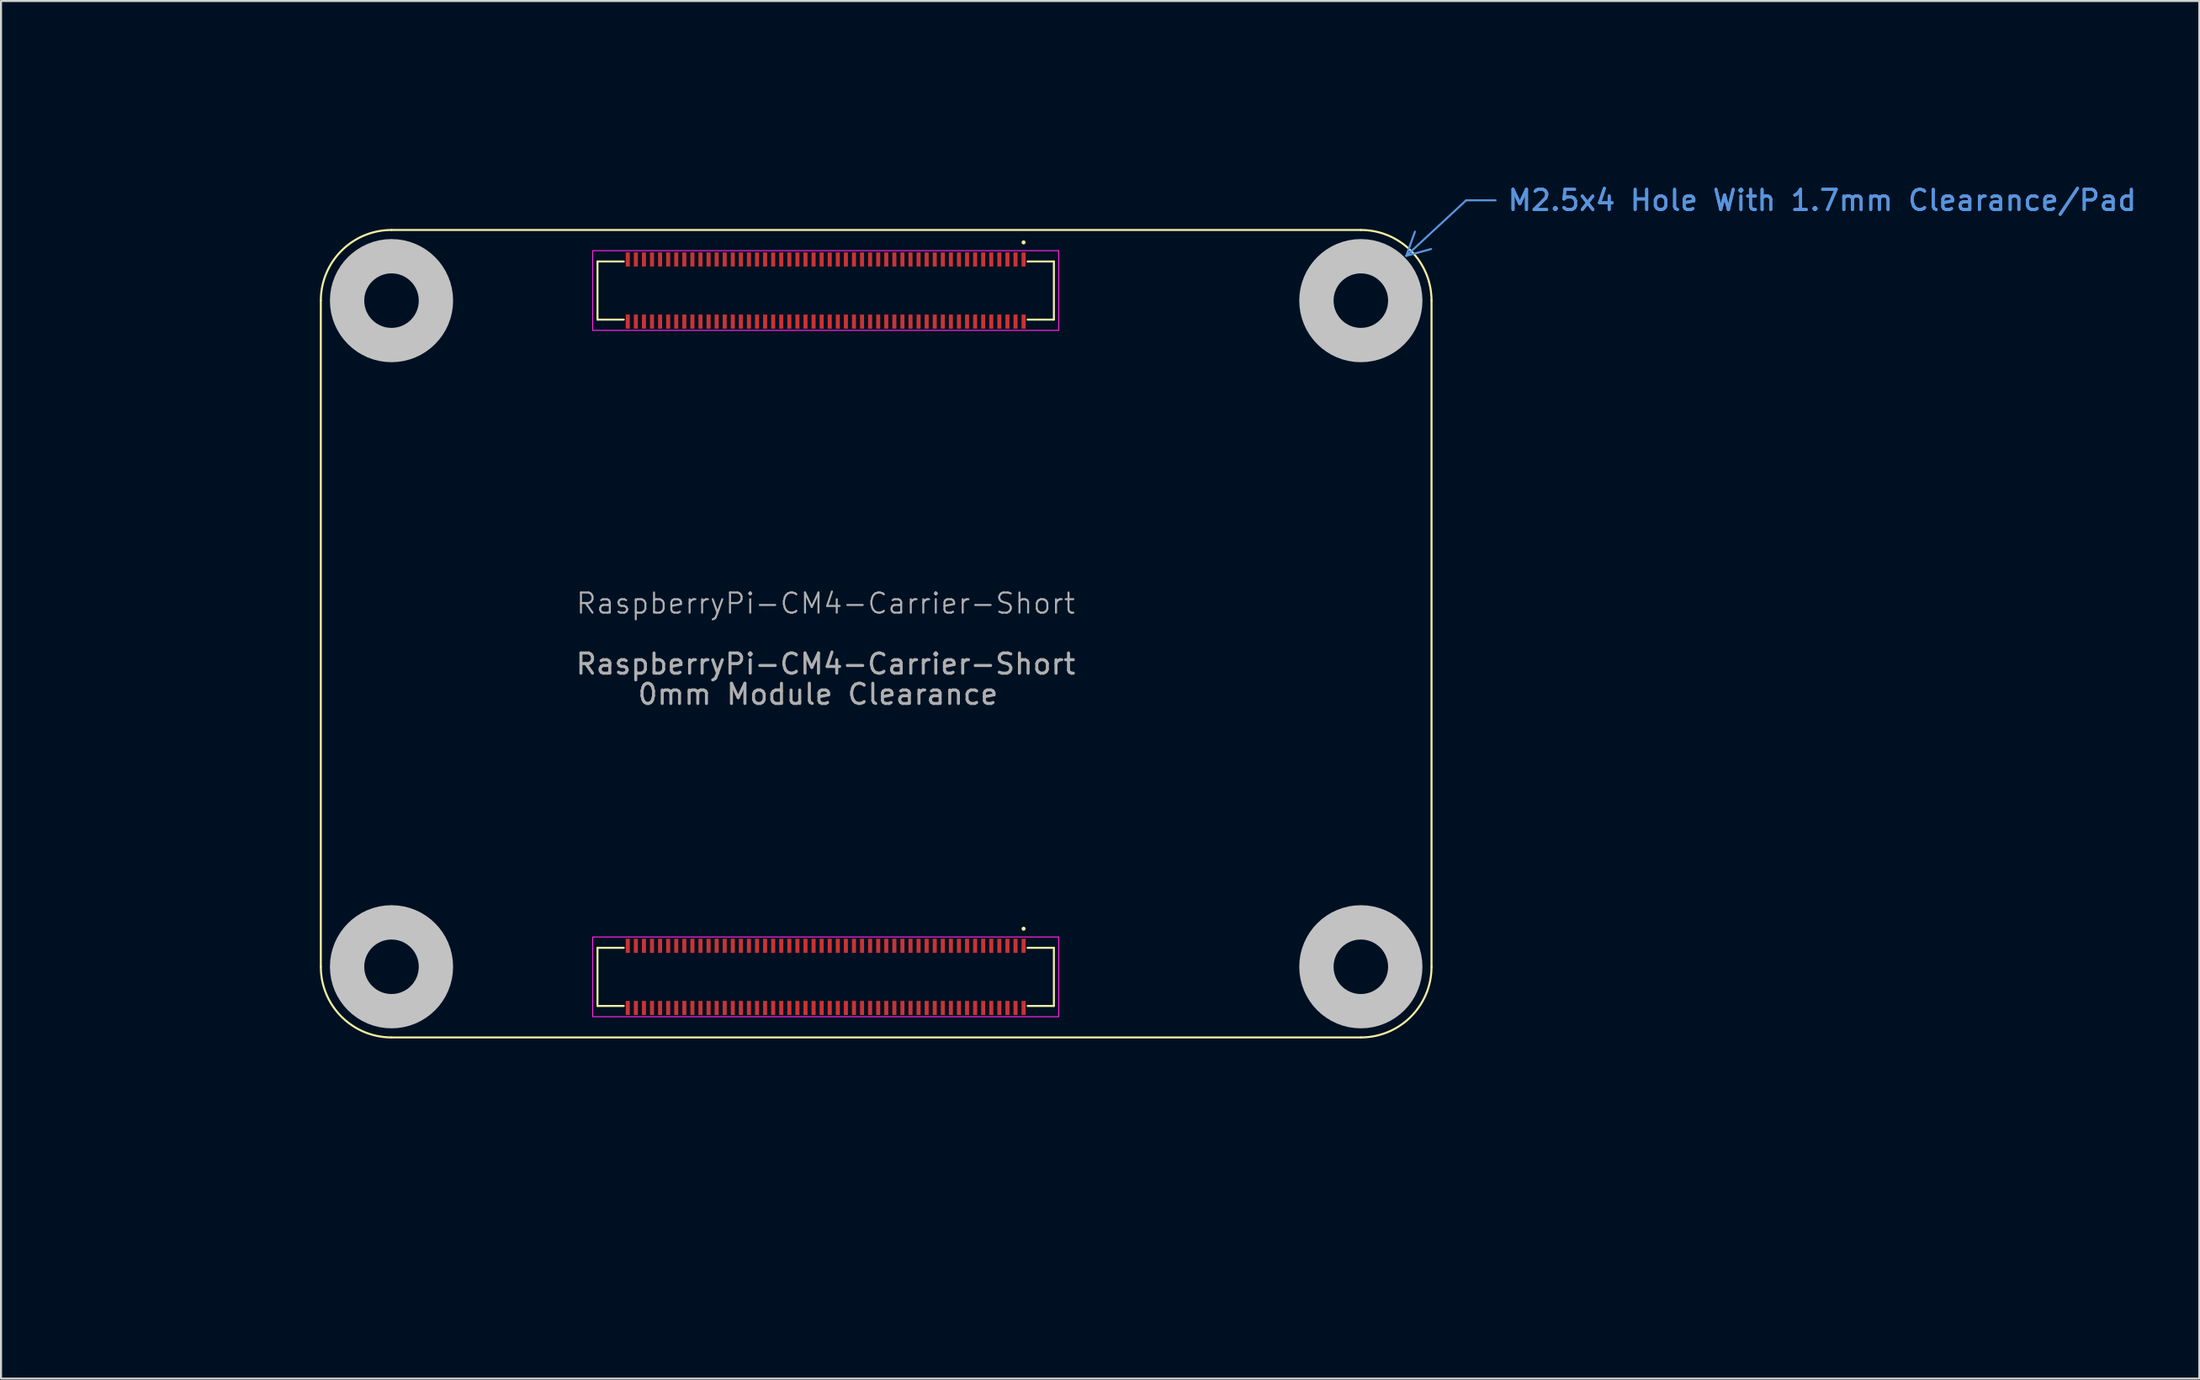
<source format=kicad_pcb>
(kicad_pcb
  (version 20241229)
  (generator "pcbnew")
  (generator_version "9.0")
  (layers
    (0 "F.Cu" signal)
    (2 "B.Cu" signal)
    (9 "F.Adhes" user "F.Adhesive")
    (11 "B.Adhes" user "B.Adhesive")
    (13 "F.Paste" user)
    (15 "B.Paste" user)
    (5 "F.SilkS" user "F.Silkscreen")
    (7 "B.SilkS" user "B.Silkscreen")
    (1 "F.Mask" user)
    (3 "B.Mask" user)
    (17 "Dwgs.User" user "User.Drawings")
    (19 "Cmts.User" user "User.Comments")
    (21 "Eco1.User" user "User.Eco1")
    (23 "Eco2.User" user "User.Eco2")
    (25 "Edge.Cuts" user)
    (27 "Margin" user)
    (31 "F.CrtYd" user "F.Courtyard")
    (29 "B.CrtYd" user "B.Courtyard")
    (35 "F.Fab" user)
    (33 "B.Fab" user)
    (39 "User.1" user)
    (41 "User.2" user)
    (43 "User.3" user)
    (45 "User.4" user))
  (footprint "RaspberryPi-CM4-Carrier-Short"
    (layer "F.Cu")
    (at 37.837 48.343)
    (property "Reference" "RaspberryPi-CM4-Carrier-Short" (at 0 -21.5 0) (unlocked yes) (layer "F.Fab") (effects (font (size 1 1) (thickness 0.1))))
    (attr smd)
    (fp_line (start -25 -3.5) (end -25 -36.5) (stroke (width 0.1) (type default)) (layer "F.SilkS"))
    (fp_line (start -21.5 -40) (end 26.5 -40) (stroke (width 0.1) (type default)) (layer "F.SilkS"))
    (fp_line (start -11.3 -38.44) (end -11.3 -35.56) (stroke (width 0.1) (type default)) (layer "F.SilkS"))
    (fp_line (start -11.3 -38.44) (end -10 -38.44) (stroke (width 0.1) (type default)) (layer "F.SilkS"))
    (fp_line (start -11.3 -35.56) (end -10 -35.56) (stroke (width 0.1) (type default)) (layer "F.SilkS"))
    (fp_line (start -11.3 -4.44) (end -11.3 -1.56) (stroke (width 0.1) (type default)) (layer "F.SilkS"))
    (fp_line (start -11.3 -4.44) (end -10 -4.44) (stroke (width 0.1) (type default)) (layer "F.SilkS"))
    (fp_line (start -11.3 -1.56) (end -10 -1.56) (stroke (width 0.1) (type default)) (layer "F.SilkS"))
    (fp_line (start 11.3 -38.44) (end 10 -38.44) (stroke (width 0.1) (type default)) (layer "F.SilkS"))
    (fp_line (start 11.3 -38.44) (end 11.3 -35.56) (stroke (width 0.1) (type default)) (layer "F.SilkS"))
    (fp_line (start 11.3 -35.56) (end 10 -35.56) (stroke (width 0.1) (type default)) (layer "F.SilkS"))
    (fp_line (start 11.3 -4.44) (end 10 -4.44) (stroke (width 0.1) (type default)) (layer "F.SilkS"))
    (fp_line (start 11.3 -4.44) (end 11.3 -1.56) (stroke (width 0.1) (type default)) (layer "F.SilkS"))
    (fp_line (start 11.3 -1.56) (end 10 -1.56) (stroke (width 0.1) (type default)) (layer "F.SilkS"))
    (fp_line (start 26.5 0) (end -21.5 0) (stroke (width 0.1) (type default)) (layer "F.SilkS"))
    (fp_line (start 30 -36.5) (end 30 -3.5) (stroke (width 0.1) (type default)) (layer "F.SilkS"))
    (fp_arc (start -25 -36.5) (mid -23.974874 -38.974874) (end -21.5 -40) (stroke (width 0.1) (type default)) (layer "F.SilkS"))
    (fp_arc (start -21.5 0) (mid -23.974874 -1.025126) (end -25 -3.5) (stroke (width 0.1) (type default)) (layer "F.SilkS"))
    (fp_arc (start 26.5 -40) (mid 28.974874 -38.974874) (end 30 -36.5) (stroke (width 0.1) (type default)) (layer "F.SilkS"))
    (fp_arc (start 30 -3.5) (mid 28.974874 -1.025126) (end 26.5 0) (stroke (width 0.1) (type default)) (layer "F.SilkS"))
    (fp_circle (center 9.8 -39.385) (end 9.9 -39.385) (stroke (width 0) (type default)) (fill yes) (layer "F.SilkS"))
    (fp_circle (center 9.8 -5.385) (end 9.9 -5.385) (stroke (width 0) (type default)) (fill yes) (layer "F.SilkS"))
    (fp_circle (center -21.5 -36.5) (end -19.3 -36.5) (stroke (width 1.7) (type default)) (fill no) (layer "Dwgs.User"))
    (fp_circle (center -21.5 -3.5) (end -19.3 -3.5) (stroke (width 1.7) (type default)) (fill no) (layer "Dwgs.User"))
    (fp_circle (center 26.5 -36.5) (end 28.7 -36.5) (stroke (width 1.7) (type default)) (fill no) (layer "Dwgs.User"))
    (fp_circle (center 26.5 -3.5) (end 28.7 -3.5) (stroke (width 1.7) (type default)) (fill no) (layer "Dwgs.User"))
    (fp_rect (start -11.54 -38.975) (end 11.54 -35.025) (stroke (width 0.05) (type solid)) (fill no) (layer "F.CrtYd"))
    (fp_rect (start -11.54 -4.975) (end 11.54 -1.025) (stroke (width 0.05) (type solid)) (fill no) (layer "F.CrtYd"))
    (fp_text user "${REFERENCE}" (at 0 -18.5 0) (unlocked yes) (layer "F.Fab") (effects (font (size 1 1) (thickness 0.15))))
    (fp_text user "0mm Module Clearance " (at 0 -17 0) (unlocked yes) (layer "F.Fab") (effects (font (size 1 1) (thickness 0.15))))
    (dimension (type leader) (layer "Cmts.User") (pts (xy 66.222 9.963) (xy 69.552 6.873)) (format (prefix "") (suffix "") (units 0) (units_format 0) (precision 4) (override_value "M2.5x4 Hole With 1.7mm Clearance/Pad")) (style (thickness 0.1) (arrow_length 1.27) (text_position_mode 0) (text_frame 0) (extension_offset 0.5)) (gr_text "M2.5x4 Hole With 1.7mm Clearance/Pad" (at 87.182 6.873 0) (layer "Cmts.User") (effects (font (size 1 1) (thickness 0.15)))))
    (dimension (type leader) (layer "User.2") (pts (xy 13.863 47.318) (xy 10.267 50.988)) (format (prefix "") (suffix "") (units 0) (units_format 0) (precision 4) (override_value "3.5x4")) (style (thickness 0.1) (arrow_length 1.27) (text_position_mode 0) (text_frame 0) (extension_offset 0.5)) (gr_text "3.5x4" (at 3.977 50.988 0) (layer "User.2") (effects (font (size 1 1) (thickness 0.15)))))
    (dimension (type orthogonal) (layer "User.2") (pts (xy 12.837 48.343) (xy 16.337 48.343)) (height 3) (orientation 0) (format (prefix "") (suffix "") (units 3) (units_format 0) (precision 4) (suppress_zeroes yes)) (style (thickness 0.1) (arrow_length 1.27) (text_position_mode 0) (arrow_direction outward) (extension_height 0.586) (extension_offset 0.5) (keep_text_aligned yes)) (gr_text "3.5" (at 14.587 50.193 0) (layer "User.2") (effects (font (size 1 1) (thickness 0.15)))))
    (dimension (type orthogonal) (layer "User.2") (pts (xy 49.377 45.343) (xy 49.377 48.343)) (height 3.04) (orientation 1) (format (prefix "") (suffix "") (units 3) (units_format 0) (precision 4) (suppress_zeroes yes)) (style (thickness 0.1) (arrow_length 1.27) (text_position_mode 0) (arrow_direction outward) (extension_height 0.586) (extension_offset 0.5) (keep_text_aligned yes)) (gr_text "3" (at 51.267 46.843 90) (layer "User.2") (effects (font (size 1 1) (thickness 0.15)))))
    (dimension (type orthogonal) (layer "User.2") (pts (xy 12.837 48.343) (xy 12.837 44.843)) (height -2.515) (orientation 1) (format (prefix "") (suffix "") (units 3) (units_format 0) (precision 4) (suppress_zeroes yes)) (style (thickness 0.1) (arrow_length 1.27) (text_position_mode 0) (arrow_direction outward) (extension_height 0.586) (extension_offset 0.5) (keep_text_aligned yes)) (gr_text "3.5" (at 9.172 46.593 90) (layer "User.2") (effects (font (size 1 1) (thickness 0.15)))))
    (dimension (type orthogonal) (layer "User.2") (pts (xy 12.837 48.343) (xy 47.637 48.343)) (height 6.335) (orientation 0) (format (prefix "") (suffix "") (units 3) (units_format 0) (precision 4) (suppress_zeroes yes)) (style (thickness 0.1) (arrow_length 1.27) (text_position_mode 0) (arrow_direction outward) (extension_height 0.586) (extension_offset 0.5) (keep_text_aligned yes)) (gr_text "34.8" (at 30.237 53.528 0) (layer "User.2") (effects (font (size 1 1) (thickness 0.15)))))
    (dimension (type orthogonal) (layer "User.2") (pts (xy 12.837 48.343) (xy 67.837 48.343)) (height 13.265) (orientation 0) (format (prefix "") (suffix "") (units 3) (units_format 0) (precision 4) (suppress_zeroes yes)) (style (thickness 0.1) (arrow_length 1.27) (text_position_mode 0) (arrow_direction outward) (extension_height 0.586) (extension_offset 0.5) (keep_text_aligned yes)) (gr_text "55" (at 40.337 60.458 0) (layer "User.2") (effects (font (size 1 1) (thickness 0.15)))))
    (dimension (type orthogonal) (layer "User.2") (pts (xy 49.377 11.343) (xy 49.377 8.343)) (height 2.575) (orientation 1) (format (prefix "") (suffix "") (units 3) (units_format 0) (precision 4) (suppress_zeroes yes)) (style (thickness 0.1) (arrow_length 1.27) (text_position_mode 0) (arrow_direction outward) (extension_height 0.586) (extension_offset 0.5) (keep_text_aligned yes)) (gr_text "3" (at 50.802 9.843 90) (layer "User.2") (effects (font (size 1 1) (thickness 0.15)))))
    (dimension (type orthogonal) (layer "User.2") (pts (xy 12.837 48.343) (xy 64.337 48.343)) (height 10.02) (orientation 0) (format (prefix "") (suffix "") (units 3) (units_format 0) (precision 4) (suppress_zeroes yes)) (style (thickness 0.1) (arrow_length 1.27) (text_position_mode 0) (arrow_direction outward) (extension_height 0.586) (extension_offset 0.5) (keep_text_aligned yes)) (gr_text "51.5" (at 38.587 57.213 0) (layer "User.2") (effects (font (size 1 1) (thickness 0.15)))))
    (dimension (type orthogonal) (layer "User.2") (pts (xy 47.637 8.343) (xy 12.837 8.343)) (height -6.345) (orientation 0) (format (prefix "") (suffix "") (units 3) (units_format 0) (precision 4) (suppress_zeroes yes)) (style (thickness 0.1) (arrow_length 1.27) (text_position_mode 0) (arrow_direction outward) (extension_height 0.586) (extension_offset 0.5) (keep_text_aligned yes)) (gr_text "34.8" (at 30.237 0.848 0) (layer "User.2") (effects (font (size 1 1) (thickness 0.15)))))
    (dimension (type orthogonal) (layer "User.2") (pts (xy 12.837 48.343) (xy 12.837 11.843)) (height -6.265) (orientation 1) (format (prefix "") (suffix "") (units 3) (units_format 0) (precision 4) (suppress_zeroes yes)) (style (thickness 0.1) (arrow_length 1.27) (text_position_mode 0) (arrow_direction outward) (extension_height 0.586) (extension_offset 0.5) (keep_text_aligned yes)) (gr_text "36.5" (at 5.422 30.093 90) (layer "User.2") (effects (font (size 1 1) (thickness 0.15)))))
    (dimension (type orthogonal) (layer "User.2") (pts (xy 12.837 48.343) (xy 12.837 8.343)) (height -10.61) (orientation 1) (format (prefix "") (suffix "") (units 3) (units_format 0) (precision 4) (suppress_zeroes yes)) (style (thickness 0.1) (arrow_length 1.27) (text_position_mode 0) (arrow_direction outward) (extension_height 0.586) (extension_offset 0.5) (keep_text_aligned yes)) (gr_text "40" (at 1.077 28.343 90) (layer "User.2") (effects (font (size 1 1) (thickness 0.15)))))
    (pad "1" smd rect (at 9.8 -38.54) (size 0.2 0.7) (layers "F.Cu" "F.Mask" "F.Paste"))
    (pad "2" smd rect (at 9.8 -35.46) (size 0.2 0.7) (layers "F.Cu" "F.Mask" "F.Paste"))
    (pad "3" smd rect (at 9.4 -38.54) (size 0.2 0.7) (layers "F.Cu" "F.Mask" "F.Paste"))
    (pad "4" smd rect (at 9.4 -35.46) (size 0.2 0.7) (layers "F.Cu" "F.Mask" "F.Paste"))
    (pad "5" smd rect (at 9 -38.54) (size 0.2 0.7) (layers "F.Cu" "F.Mask" "F.Paste"))
    (pad "6" smd rect (at 9 -35.46) (size 0.2 0.7) (layers "F.Cu" "F.Mask" "F.Paste"))
    (pad "7" smd rect (at 8.6 -38.54) (size 0.2 0.7) (layers "F.Cu" "F.Mask" "F.Paste"))
    (pad "8" smd rect (at 8.6 -35.46) (size 0.2 0.7) (layers "F.Cu" "F.Mask" "F.Paste"))
    (pad "9" smd rect (at 8.2 -38.54) (size 0.2 0.7) (layers "F.Cu" "F.Mask" "F.Paste"))
    (pad "10" smd rect (at 8.2 -35.46) (size 0.2 0.7) (layers "F.Cu" "F.Mask" "F.Paste"))
    (pad "11" smd rect (at 7.8 -38.54) (size 0.2 0.7) (layers "F.Cu" "F.Mask" "F.Paste"))
    (pad "12" smd rect (at 7.8 -35.46) (size 0.2 0.7) (layers "F.Cu" "F.Mask" "F.Paste"))
    (pad "13" smd rect (at 7.4 -38.54) (size 0.2 0.7) (layers "F.Cu" "F.Mask" "F.Paste"))
    (pad "14" smd rect (at 7.4 -35.46) (size 0.2 0.7) (layers "F.Cu" "F.Mask" "F.Paste"))
    (pad "15" smd rect (at 7 -38.54) (size 0.2 0.7) (layers "F.Cu" "F.Mask" "F.Paste"))
    (pad "16" smd rect (at 7 -35.46) (size 0.2 0.7) (layers "F.Cu" "F.Mask" "F.Paste"))
    (pad "17" smd rect (at 6.6 -38.54) (size 0.2 0.7) (layers "F.Cu" "F.Mask" "F.Paste"))
    (pad "18" smd rect (at 6.6 -35.46) (size 0.2 0.7) (layers "F.Cu" "F.Mask" "F.Paste"))
    (pad "19" smd rect (at 6.2 -38.54) (size 0.2 0.7) (layers "F.Cu" "F.Mask" "F.Paste"))
    (pad "20" smd rect (at 6.2 -35.46) (size 0.2 0.7) (layers "F.Cu" "F.Mask" "F.Paste"))
    (pad "21" smd rect (at 5.8 -38.54) (size 0.2 0.7) (layers "F.Cu" "F.Mask" "F.Paste"))
    (pad "22" smd rect (at 5.8 -35.46) (size 0.2 0.7) (layers "F.Cu" "F.Mask" "F.Paste"))
    (pad "23" smd rect (at 5.4 -38.54) (size 0.2 0.7) (layers "F.Cu" "F.Mask" "F.Paste"))
    (pad "24" smd rect (at 5.4 -35.46) (size 0.2 0.7) (layers "F.Cu" "F.Mask" "F.Paste"))
    (pad "25" smd rect (at 5 -38.54) (size 0.2 0.7) (layers "F.Cu" "F.Mask" "F.Paste"))
    (pad "26" smd rect (at 5 -35.46) (size 0.2 0.7) (layers "F.Cu" "F.Mask" "F.Paste"))
    (pad "27" smd rect (at 4.6 -38.54) (size 0.2 0.7) (layers "F.Cu" "F.Mask" "F.Paste"))
    (pad "28" smd rect (at 4.6 -35.46) (size 0.2 0.7) (layers "F.Cu" "F.Mask" "F.Paste"))
    (pad "29" smd rect (at 4.2 -38.54) (size 0.2 0.7) (layers "F.Cu" "F.Mask" "F.Paste"))
    (pad "30" smd rect (at 4.2 -35.46) (size 0.2 0.7) (layers "F.Cu" "F.Mask" "F.Paste"))
    (pad "31" smd rect (at 3.8 -38.54) (size 0.2 0.7) (layers "F.Cu" "F.Mask" "F.Paste"))
    (pad "32" smd rect (at 3.8 -35.46) (size 0.2 0.7) (layers "F.Cu" "F.Mask" "F.Paste"))
    (pad "33" smd rect (at 3.4 -38.54) (size 0.2 0.7) (layers "F.Cu" "F.Mask" "F.Paste"))
    (pad "34" smd rect (at 3.4 -35.46) (size 0.2 0.7) (layers "F.Cu" "F.Mask" "F.Paste"))
    (pad "35" smd rect (at 3 -38.54) (size 0.2 0.7) (layers "F.Cu" "F.Mask" "F.Paste"))
    (pad "36" smd rect (at 3 -35.46) (size 0.2 0.7) (layers "F.Cu" "F.Mask" "F.Paste"))
    (pad "37" smd rect (at 2.6 -38.54) (size 0.2 0.7) (layers "F.Cu" "F.Mask" "F.Paste"))
    (pad "38" smd rect (at 2.6 -35.46) (size 0.2 0.7) (layers "F.Cu" "F.Mask" "F.Paste"))
    (pad "39" smd rect (at 2.2 -38.54) (size 0.2 0.7) (layers "F.Cu" "F.Mask" "F.Paste"))
    (pad "40" smd rect (at 2.2 -35.46) (size 0.2 0.7) (layers "F.Cu" "F.Mask" "F.Paste"))
    (pad "41" smd rect (at 1.8 -38.54) (size 0.2 0.7) (layers "F.Cu" "F.Mask" "F.Paste"))
    (pad "42" smd rect (at 1.8 -35.46) (size 0.2 0.7) (layers "F.Cu" "F.Mask" "F.Paste"))
    (pad "43" smd rect (at 1.4 -38.54) (size 0.2 0.7) (layers "F.Cu" "F.Mask" "F.Paste"))
    (pad "44" smd rect (at 1.4 -35.46) (size 0.2 0.7) (layers "F.Cu" "F.Mask" "F.Paste"))
    (pad "45" smd rect (at 1 -38.54) (size 0.2 0.7) (layers "F.Cu" "F.Mask" "F.Paste"))
    (pad "46" smd rect (at 1 -35.46) (size 0.2 0.7) (layers "F.Cu" "F.Mask" "F.Paste"))
    (pad "47" smd rect (at 0.6 -38.54) (size 0.2 0.7) (layers "F.Cu" "F.Mask" "F.Paste"))
    (pad "48" smd rect (at 0.6 -35.46) (size 0.2 0.7) (layers "F.Cu" "F.Mask" "F.Paste"))
    (pad "49" smd rect (at 0.2 -38.54) (size 0.2 0.7) (layers "F.Cu" "F.Mask" "F.Paste"))
    (pad "50" smd rect (at 0.2 -35.46) (size 0.2 0.7) (layers "F.Cu" "F.Mask" "F.Paste"))
    (pad "51" smd rect (at -0.2 -38.54) (size 0.2 0.7) (layers "F.Cu" "F.Mask" "F.Paste"))
    (pad "52" smd rect (at -0.2 -35.46) (size 0.2 0.7) (layers "F.Cu" "F.Mask" "F.Paste"))
    (pad "53" smd rect (at -0.6 -38.54) (size 0.2 0.7) (layers "F.Cu" "F.Mask" "F.Paste"))
    (pad "54" smd rect (at -0.6 -35.46) (size 0.2 0.7) (layers "F.Cu" "F.Mask" "F.Paste"))
    (pad "55" smd rect (at -1 -38.54) (size 0.2 0.7) (layers "F.Cu" "F.Mask" "F.Paste"))
    (pad "56" smd rect (at -1 -35.46) (size 0.2 0.7) (layers "F.Cu" "F.Mask" "F.Paste"))
    (pad "57" smd rect (at -1.4 -38.54) (size 0.2 0.7) (layers "F.Cu" "F.Mask" "F.Paste"))
    (pad "58" smd rect (at -1.4 -35.46) (size 0.2 0.7) (layers "F.Cu" "F.Mask" "F.Paste"))
    (pad "59" smd rect (at -1.8 -38.54) (size 0.2 0.7) (layers "F.Cu" "F.Mask" "F.Paste"))
    (pad "60" smd rect (at -1.8 -35.46) (size 0.2 0.7) (layers "F.Cu" "F.Mask" "F.Paste"))
    (pad "61" smd rect (at -2.2 -38.54) (size 0.2 0.7) (layers "F.Cu" "F.Mask" "F.Paste"))
    (pad "62" smd rect (at -2.2 -35.46) (size 0.2 0.7) (layers "F.Cu" "F.Mask" "F.Paste"))
    (pad "63" smd rect (at -2.6 -38.54) (size 0.2 0.7) (layers "F.Cu" "F.Mask" "F.Paste"))
    (pad "64" smd rect (at -2.6 -35.46) (size 0.2 0.7) (layers "F.Cu" "F.Mask" "F.Paste"))
    (pad "65" smd rect (at -3 -38.54) (size 0.2 0.7) (layers "F.Cu" "F.Mask" "F.Paste"))
    (pad "66" smd rect (at -3 -35.46) (size 0.2 0.7) (layers "F.Cu" "F.Mask" "F.Paste"))
    (pad "67" smd rect (at -3.4 -38.54) (size 0.2 0.7) (layers "F.Cu" "F.Mask" "F.Paste"))
    (pad "68" smd rect (at -3.4 -35.46) (size 0.2 0.7) (layers "F.Cu" "F.Mask" "F.Paste"))
    (pad "69" smd rect (at -3.8 -38.54) (size 0.2 0.7) (layers "F.Cu" "F.Mask" "F.Paste"))
    (pad "70" smd rect (at -3.8 -35.46) (size 0.2 0.7) (layers "F.Cu" "F.Mask" "F.Paste"))
    (pad "71" smd rect (at -4.2 -38.54) (size 0.2 0.7) (layers "F.Cu" "F.Mask" "F.Paste"))
    (pad "72" smd rect (at -4.2 -35.46) (size 0.2 0.7) (layers "F.Cu" "F.Mask" "F.Paste"))
    (pad "73" smd rect (at -4.6 -38.54) (size 0.2 0.7) (layers "F.Cu" "F.Mask" "F.Paste"))
    (pad "74" smd rect (at -4.6 -35.46) (size 0.2 0.7) (layers "F.Cu" "F.Mask" "F.Paste"))
    (pad "75" smd rect (at -5 -38.54) (size 0.2 0.7) (layers "F.Cu" "F.Mask" "F.Paste"))
    (pad "76" smd rect (at -5 -35.46) (size 0.2 0.7) (layers "F.Cu" "F.Mask" "F.Paste"))
    (pad "77" smd rect (at -5.4 -38.54) (size 0.2 0.7) (layers "F.Cu" "F.Mask" "F.Paste"))
    (pad "78" smd rect (at -5.4 -35.46) (size 0.2 0.7) (layers "F.Cu" "F.Mask" "F.Paste"))
    (pad "79" smd rect (at -5.8 -38.54) (size 0.2 0.7) (layers "F.Cu" "F.Mask" "F.Paste"))
    (pad "80" smd rect (at -5.8 -35.46) (size 0.2 0.7) (layers "F.Cu" "F.Mask" "F.Paste"))
    (pad "81" smd rect (at -6.2 -38.54) (size 0.2 0.7) (layers "F.Cu" "F.Mask" "F.Paste"))
    (pad "82" smd rect (at -6.2 -35.46) (size 0.2 0.7) (layers "F.Cu" "F.Mask" "F.Paste"))
    (pad "83" smd rect (at -6.6 -38.54) (size 0.2 0.7) (layers "F.Cu" "F.Mask" "F.Paste"))
    (pad "84" smd rect (at -6.6 -35.46) (size 0.2 0.7) (layers "F.Cu" "F.Mask" "F.Paste"))
    (pad "85" smd rect (at -7 -38.54) (size 0.2 0.7) (layers "F.Cu" "F.Mask" "F.Paste"))
    (pad "86" smd rect (at -7 -35.46) (size 0.2 0.7) (layers "F.Cu" "F.Mask" "F.Paste"))
    (pad "87" smd rect (at -7.4 -38.54) (size 0.2 0.7) (layers "F.Cu" "F.Mask" "F.Paste"))
    (pad "88" smd rect (at -7.4 -35.46) (size 0.2 0.7) (layers "F.Cu" "F.Mask" "F.Paste"))
    (pad "89" smd rect (at -7.8 -38.54) (size 0.2 0.7) (layers "F.Cu" "F.Mask" "F.Paste"))
    (pad "90" smd rect (at -7.8 -35.46) (size 0.2 0.7) (layers "F.Cu" "F.Mask" "F.Paste"))
    (pad "91" smd rect (at -8.2 -38.54) (size 0.2 0.7) (layers "F.Cu" "F.Mask" "F.Paste"))
    (pad "92" smd rect (at -8.2 -35.46) (size 0.2 0.7) (layers "F.Cu" "F.Mask" "F.Paste"))
    (pad "93" smd rect (at -8.6 -38.54) (size 0.2 0.7) (layers "F.Cu" "F.Mask" "F.Paste"))
    (pad "94" smd rect (at -8.6 -35.46) (size 0.2 0.7) (layers "F.Cu" "F.Mask" "F.Paste"))
    (pad "95" smd rect (at -9 -38.54) (size 0.2 0.7) (layers "F.Cu" "F.Mask" "F.Paste"))
    (pad "96" smd rect (at -9 -35.46) (size 0.2 0.7) (layers "F.Cu" "F.Mask" "F.Paste"))
    (pad "97" smd rect (at -9.4 -38.54) (size 0.2 0.7) (layers "F.Cu" "F.Mask" "F.Paste"))
    (pad "98" smd rect (at -9.4 -35.46) (size 0.2 0.7) (layers "F.Cu" "F.Mask" "F.Paste"))
    (pad "99" smd rect (at -9.8 -38.54) (size 0.2 0.7) (layers "F.Cu" "F.Mask" "F.Paste"))
    (pad "100" smd rect (at -9.8 -35.46) (size 0.2 0.7) (layers "F.Cu" "F.Mask" "F.Paste"))
    (pad "101" smd rect (at 9.8 -4.54) (size 0.2 0.7) (layers "F.Cu" "F.Mask" "F.Paste"))
    (pad "102" smd rect (at 9.8 -1.46) (size 0.2 0.7) (layers "F.Cu" "F.Mask" "F.Paste"))
    (pad "103" smd rect (at 9.4 -4.54) (size 0.2 0.7) (layers "F.Cu" "F.Mask" "F.Paste"))
    (pad "104" smd rect (at 9.4 -1.46) (size 0.2 0.7) (layers "F.Cu" "F.Mask" "F.Paste"))
    (pad "105" smd rect (at 9 -4.54) (size 0.2 0.7) (layers "F.Cu" "F.Mask" "F.Paste"))
    (pad "106" smd rect (at 9 -1.46) (size 0.2 0.7) (layers "F.Cu" "F.Mask" "F.Paste"))
    (pad "107" smd rect (at 8.6 -4.54) (size 0.2 0.7) (layers "F.Cu" "F.Mask" "F.Paste"))
    (pad "108" smd rect (at 8.6 -1.46) (size 0.2 0.7) (layers "F.Cu" "F.Mask" "F.Paste"))
    (pad "109" smd rect (at 8.2 -4.54) (size 0.2 0.7) (layers "F.Cu" "F.Mask" "F.Paste"))
    (pad "110" smd rect (at 8.2 -1.46) (size 0.2 0.7) (layers "F.Cu" "F.Mask" "F.Paste"))
    (pad "111" smd rect (at 7.8 -4.54) (size 0.2 0.7) (layers "F.Cu" "F.Mask" "F.Paste"))
    (pad "112" smd rect (at 7.8 -1.46) (size 0.2 0.7) (layers "F.Cu" "F.Mask" "F.Paste"))
    (pad "113" smd rect (at 7.4 -4.54) (size 0.2 0.7) (layers "F.Cu" "F.Mask" "F.Paste"))
    (pad "114" smd rect (at 7.4 -1.46) (size 0.2 0.7) (layers "F.Cu" "F.Mask" "F.Paste"))
    (pad "115" smd rect (at 7 -4.54) (size 0.2 0.7) (layers "F.Cu" "F.Mask" "F.Paste"))
    (pad "116" smd rect (at 7 -1.46) (size 0.2 0.7) (layers "F.Cu" "F.Mask" "F.Paste"))
    (pad "117" smd rect (at 6.6 -4.54) (size 0.2 0.7) (layers "F.Cu" "F.Mask" "F.Paste"))
    (pad "118" smd rect (at 6.6 -1.46) (size 0.2 0.7) (layers "F.Cu" "F.Mask" "F.Paste"))
    (pad "119" smd rect (at 6.2 -4.54) (size 0.2 0.7) (layers "F.Cu" "F.Mask" "F.Paste"))
    (pad "120" smd rect (at 6.2 -1.46) (size 0.2 0.7) (layers "F.Cu" "F.Mask" "F.Paste"))
    (pad "121" smd rect (at 5.8 -4.54) (size 0.2 0.7) (layers "F.Cu" "F.Mask" "F.Paste"))
    (pad "122" smd rect (at 5.8 -1.46) (size 0.2 0.7) (layers "F.Cu" "F.Mask" "F.Paste"))
    (pad "123" smd rect (at 5.4 -4.54) (size 0.2 0.7) (layers "F.Cu" "F.Mask" "F.Paste"))
    (pad "124" smd rect (at 5.4 -1.46) (size 0.2 0.7) (layers "F.Cu" "F.Mask" "F.Paste"))
    (pad "125" smd rect (at 5 -4.54) (size 0.2 0.7) (layers "F.Cu" "F.Mask" "F.Paste"))
    (pad "126" smd rect (at 5 -1.46) (size 0.2 0.7) (layers "F.Cu" "F.Mask" "F.Paste"))
    (pad "127" smd rect (at 4.6 -4.54) (size 0.2 0.7) (layers "F.Cu" "F.Mask" "F.Paste"))
    (pad "128" smd rect (at 4.6 -1.46) (size 0.2 0.7) (layers "F.Cu" "F.Mask" "F.Paste"))
    (pad "129" smd rect (at 4.2 -4.54) (size 0.2 0.7) (layers "F.Cu" "F.Mask" "F.Paste"))
    (pad "130" smd rect (at 4.2 -1.46) (size 0.2 0.7) (layers "F.Cu" "F.Mask" "F.Paste"))
    (pad "131" smd rect (at 3.8 -4.54) (size 0.2 0.7) (layers "F.Cu" "F.Mask" "F.Paste"))
    (pad "132" smd rect (at 3.8 -1.46) (size 0.2 0.7) (layers "F.Cu" "F.Mask" "F.Paste"))
    (pad "133" smd rect (at 3.4 -4.54) (size 0.2 0.7) (layers "F.Cu" "F.Mask" "F.Paste"))
    (pad "134" smd rect (at 3.4 -1.46) (size 0.2 0.7) (layers "F.Cu" "F.Mask" "F.Paste"))
    (pad "135" smd rect (at 3 -4.54) (size 0.2 0.7) (layers "F.Cu" "F.Mask" "F.Paste"))
    (pad "136" smd rect (at 3 -1.46) (size 0.2 0.7) (layers "F.Cu" "F.Mask" "F.Paste"))
    (pad "137" smd rect (at 2.6 -4.54) (size 0.2 0.7) (layers "F.Cu" "F.Mask" "F.Paste"))
    (pad "138" smd rect (at 2.6 -1.46) (size 0.2 0.7) (layers "F.Cu" "F.Mask" "F.Paste"))
    (pad "139" smd rect (at 2.2 -4.54) (size 0.2 0.7) (layers "F.Cu" "F.Mask" "F.Paste"))
    (pad "140" smd rect (at 2.2 -1.46) (size 0.2 0.7) (layers "F.Cu" "F.Mask" "F.Paste"))
    (pad "141" smd rect (at 1.8 -4.54) (size 0.2 0.7) (layers "F.Cu" "F.Mask" "F.Paste"))
    (pad "142" smd rect (at 1.8 -1.46) (size 0.2 0.7) (layers "F.Cu" "F.Mask" "F.Paste"))
    (pad "143" smd rect (at 1.4 -4.54) (size 0.2 0.7) (layers "F.Cu" "F.Mask" "F.Paste"))
    (pad "144" smd rect (at 1.4 -1.46) (size 0.2 0.7) (layers "F.Cu" "F.Mask" "F.Paste"))
    (pad "145" smd rect (at 1 -4.54) (size 0.2 0.7) (layers "F.Cu" "F.Mask" "F.Paste"))
    (pad "146" smd rect (at 1 -1.46) (size 0.2 0.7) (layers "F.Cu" "F.Mask" "F.Paste"))
    (pad "147" smd rect (at 0.6 -4.54) (size 0.2 0.7) (layers "F.Cu" "F.Mask" "F.Paste"))
    (pad "148" smd rect (at 0.6 -1.46) (size 0.2 0.7) (layers "F.Cu" "F.Mask" "F.Paste"))
    (pad "149" smd rect (at 0.2 -4.54) (size 0.2 0.7) (layers "F.Cu" "F.Mask" "F.Paste"))
    (pad "150" smd rect (at 0.2 -1.46) (size 0.2 0.7) (layers "F.Cu" "F.Mask" "F.Paste"))
    (pad "151" smd rect (at -0.2 -4.54) (size 0.2 0.7) (layers "F.Cu" "F.Mask" "F.Paste"))
    (pad "152" smd rect (at -0.2 -1.46) (size 0.2 0.7) (layers "F.Cu" "F.Mask" "F.Paste"))
    (pad "153" smd rect (at -0.6 -4.54) (size 0.2 0.7) (layers "F.Cu" "F.Mask" "F.Paste"))
    (pad "154" smd rect (at -0.6 -1.46) (size 0.2 0.7) (layers "F.Cu" "F.Mask" "F.Paste"))
    (pad "155" smd rect (at -1 -4.54) (size 0.2 0.7) (layers "F.Cu" "F.Mask" "F.Paste"))
    (pad "156" smd rect (at -1 -1.46) (size 0.2 0.7) (layers "F.Cu" "F.Mask" "F.Paste"))
    (pad "157" smd rect (at -1.4 -4.54) (size 0.2 0.7) (layers "F.Cu" "F.Mask" "F.Paste"))
    (pad "158" smd rect (at -1.4 -1.46) (size 0.2 0.7) (layers "F.Cu" "F.Mask" "F.Paste"))
    (pad "159" smd rect (at -1.8 -4.54) (size 0.2 0.7) (layers "F.Cu" "F.Mask" "F.Paste"))
    (pad "160" smd rect (at -1.8 -1.46) (size 0.2 0.7) (layers "F.Cu" "F.Mask" "F.Paste"))
    (pad "161" smd rect (at -2.2 -4.54) (size 0.2 0.7) (layers "F.Cu" "F.Mask" "F.Paste"))
    (pad "162" smd rect (at -2.2 -1.46) (size 0.2 0.7) (layers "F.Cu" "F.Mask" "F.Paste"))
    (pad "163" smd rect (at -2.6 -4.54) (size 0.2 0.7) (layers "F.Cu" "F.Mask" "F.Paste"))
    (pad "164" smd rect (at -2.6 -1.46) (size 0.2 0.7) (layers "F.Cu" "F.Mask" "F.Paste"))
    (pad "165" smd rect (at -3 -4.54) (size 0.2 0.7) (layers "F.Cu" "F.Mask" "F.Paste"))
    (pad "166" smd rect (at -3 -1.46) (size 0.2 0.7) (layers "F.Cu" "F.Mask" "F.Paste"))
    (pad "167" smd rect (at -3.4 -4.54) (size 0.2 0.7) (layers "F.Cu" "F.Mask" "F.Paste"))
    (pad "168" smd rect (at -3.4 -1.46) (size 0.2 0.7) (layers "F.Cu" "F.Mask" "F.Paste"))
    (pad "169" smd rect (at -3.8 -4.54) (size 0.2 0.7) (layers "F.Cu" "F.Mask" "F.Paste"))
    (pad "170" smd rect (at -3.8 -1.46) (size 0.2 0.7) (layers "F.Cu" "F.Mask" "F.Paste"))
    (pad "171" smd rect (at -4.2 -4.54) (size 0.2 0.7) (layers "F.Cu" "F.Mask" "F.Paste"))
    (pad "172" smd rect (at -4.2 -1.46) (size 0.2 0.7) (layers "F.Cu" "F.Mask" "F.Paste"))
    (pad "173" smd rect (at -4.6 -4.54) (size 0.2 0.7) (layers "F.Cu" "F.Mask" "F.Paste"))
    (pad "174" smd rect (at -4.6 -1.46) (size 0.2 0.7) (layers "F.Cu" "F.Mask" "F.Paste"))
    (pad "175" smd rect (at -5 -4.54) (size 0.2 0.7) (layers "F.Cu" "F.Mask" "F.Paste"))
    (pad "176" smd rect (at -5 -1.46) (size 0.2 0.7) (layers "F.Cu" "F.Mask" "F.Paste"))
    (pad "177" smd rect (at -5.4 -4.54) (size 0.2 0.7) (layers "F.Cu" "F.Mask" "F.Paste"))
    (pad "178" smd rect (at -5.4 -1.46) (size 0.2 0.7) (layers "F.Cu" "F.Mask" "F.Paste"))
    (pad "179" smd rect (at -5.8 -4.54) (size 0.2 0.7) (layers "F.Cu" "F.Mask" "F.Paste"))
    (pad "180" smd rect (at -5.8 -1.46) (size 0.2 0.7) (layers "F.Cu" "F.Mask" "F.Paste"))
    (pad "181" smd rect (at -6.2 -4.54) (size 0.2 0.7) (layers "F.Cu" "F.Mask" "F.Paste"))
    (pad "182" smd rect (at -6.2 -1.46) (size 0.2 0.7) (layers "F.Cu" "F.Mask" "F.Paste"))
    (pad "183" smd rect (at -6.6 -4.54) (size 0.2 0.7) (layers "F.Cu" "F.Mask" "F.Paste"))
    (pad "184" smd rect (at -6.6 -1.46) (size 0.2 0.7) (layers "F.Cu" "F.Mask" "F.Paste"))
    (pad "185" smd rect (at -7 -4.54) (size 0.2 0.7) (layers "F.Cu" "F.Mask" "F.Paste"))
    (pad "186" smd rect (at -7 -1.46) (size 0.2 0.7) (layers "F.Cu" "F.Mask" "F.Paste"))
    (pad "187" smd rect (at -7.4 -4.54) (size 0.2 0.7) (layers "F.Cu" "F.Mask" "F.Paste"))
    (pad "188" smd rect (at -7.4 -1.46) (size 0.2 0.7) (layers "F.Cu" "F.Mask" "F.Paste"))
    (pad "189" smd rect (at -7.8 -4.54) (size 0.2 0.7) (layers "F.Cu" "F.Mask" "F.Paste"))
    (pad "190" smd rect (at -7.8 -1.46) (size 0.2 0.7) (layers "F.Cu" "F.Mask" "F.Paste"))
    (pad "191" smd rect (at -8.2 -4.54) (size 0.2 0.7) (layers "F.Cu" "F.Mask" "F.Paste"))
    (pad "192" smd rect (at -8.2 -1.46) (size 0.2 0.7) (layers "F.Cu" "F.Mask" "F.Paste"))
    (pad "193" smd rect (at -8.6 -4.54) (size 0.2 0.7) (layers "F.Cu" "F.Mask" "F.Paste"))
    (pad "194" smd rect (at -8.6 -1.46) (size 0.2 0.7) (layers "F.Cu" "F.Mask" "F.Paste"))
    (pad "195" smd rect (at -9 -4.54) (size 0.2 0.7) (layers "F.Cu" "F.Mask" "F.Paste"))
    (pad "196" smd rect (at -9 -1.46) (size 0.2 0.7) (layers "F.Cu" "F.Mask" "F.Paste"))
    (pad "197" smd rect (at -9.4 -4.54) (size 0.2 0.7) (layers "F.Cu" "F.Mask" "F.Paste"))
    (pad "198" smd rect (at -9.4 -1.46) (size 0.2 0.7) (layers "F.Cu" "F.Mask" "F.Paste"))
    (pad "199" smd rect (at -9.8 -4.54) (size 0.2 0.7) (layers "F.Cu" "F.Mask" "F.Paste"))
    (pad "200" smd rect (at -9.8 -1.46) (size 0.2 0.7) (layers "F.Cu" "F.Mask" "F.Paste")))
  (gr_rect
    (start -3 -3)
    (end 105.855 65.245)
    (stroke (width 0.1) (type default))
    (fill no)
    (layer "Edge.Cuts")))
</source>
